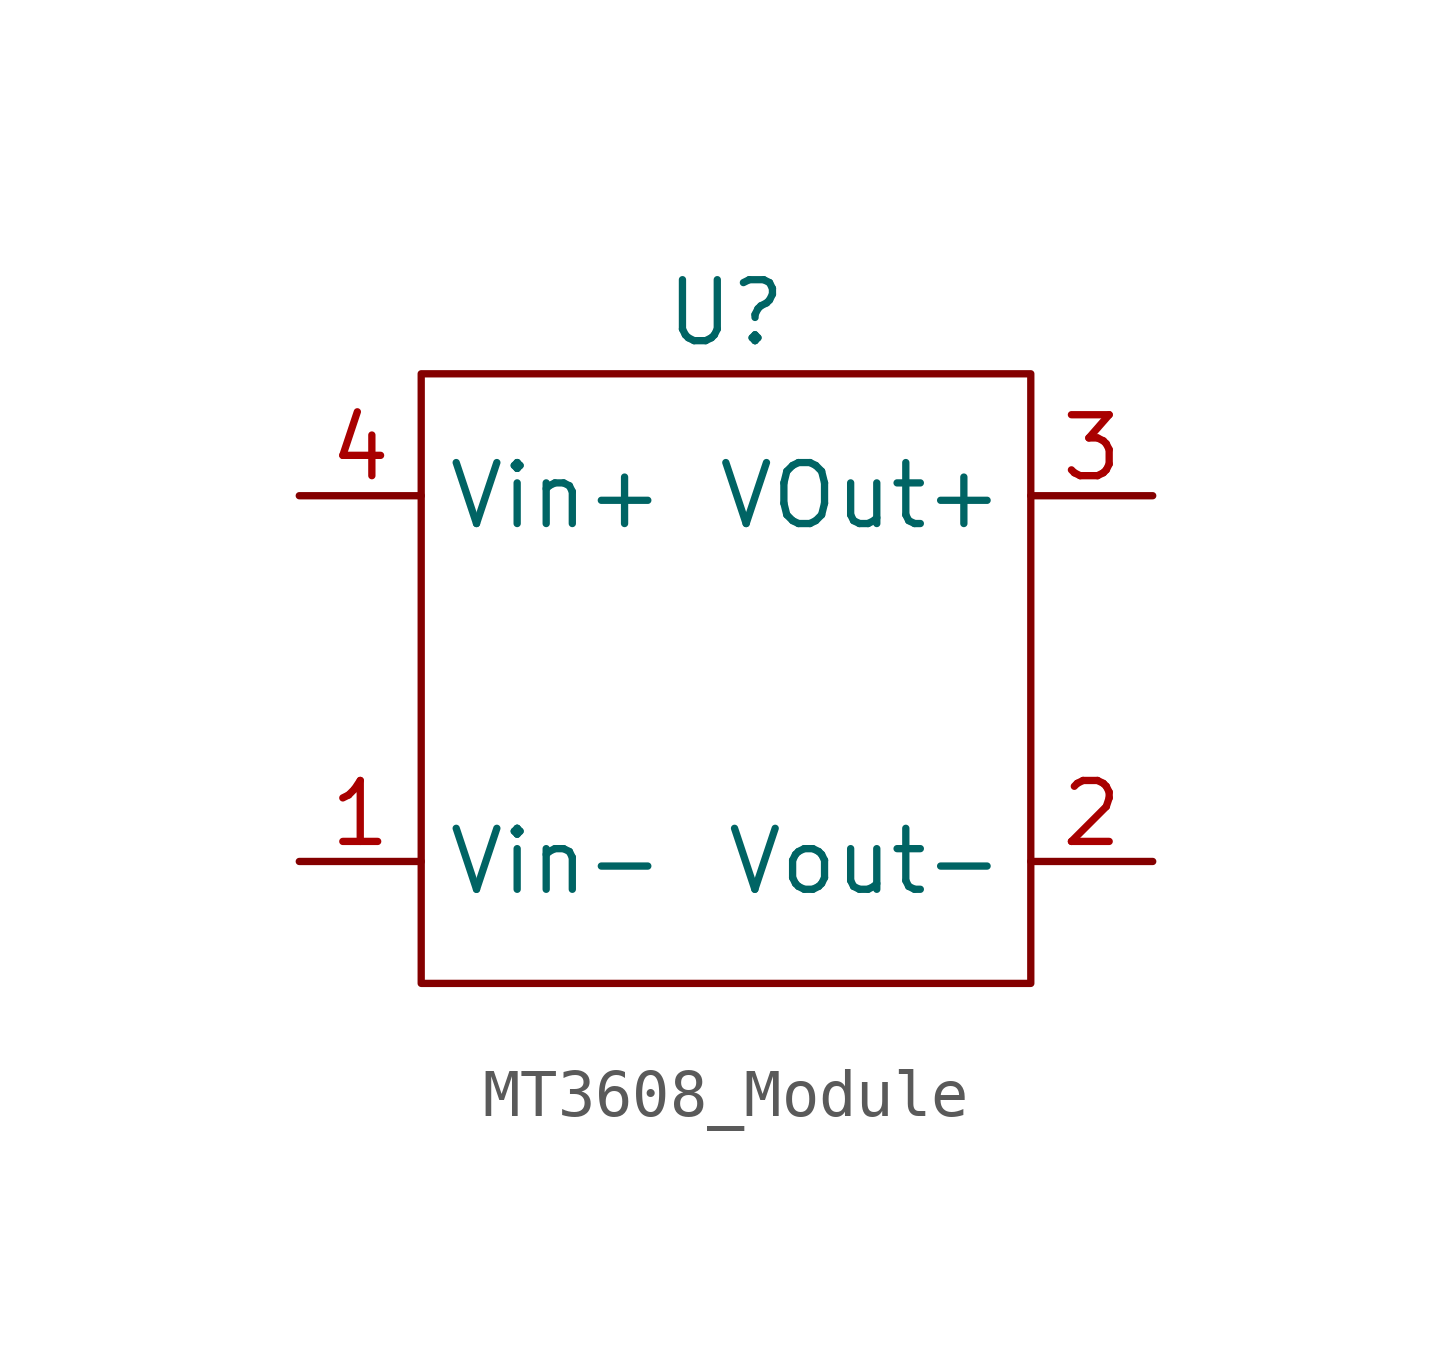
<source format=kicad_sym>
(kicad_symbol_lib
  (version 20220914)
  (generator kicad_symbol_editor)
  (symbol "MT3608_Module"
    (property "Reference" "U"
      (at 0 7.62 0)
      (effects (font (size 1.27 1.27))))
    (property "Value" ""
      (at 0 0 0)
      (effects (font (size 1.27 1.27))))
    (symbol "MT3608_Module_0_1"
      (rectangle (start -6.35 6.35) (end 6.35 -6.35) (stroke (width 0) (type default)) (fill (type none))))
    (symbol "MT3608_Module_1_1"
      (pin power_in line (at -8.89 -3.81 0) (length 2.54) (name "Vin-" (effects (font (size 1.27 1.27)))) (number "1" (effects (font (size 1.27 1.27)))))
      (pin power_out line (at 8.89 -3.81 180) (length 2.54) (name "Vout-" (effects (font (size 1.27 1.27)))) (number "2" (effects (font (size 1.27 1.27)))))
      (pin power_out line (at 8.89 3.81 180) (length 2.54) (name "VOut+" (effects (font (size 1.27 1.27)))) (number "3" (effects (font (size 1.27 1.27)))))
      (pin power_in line (at -8.89 3.81 0) (length 2.54) (name "Vin+" (effects (font (size 1.27 1.27)))) (number "4" (effects (font (size 1.27 1.27))))))))
</source>
